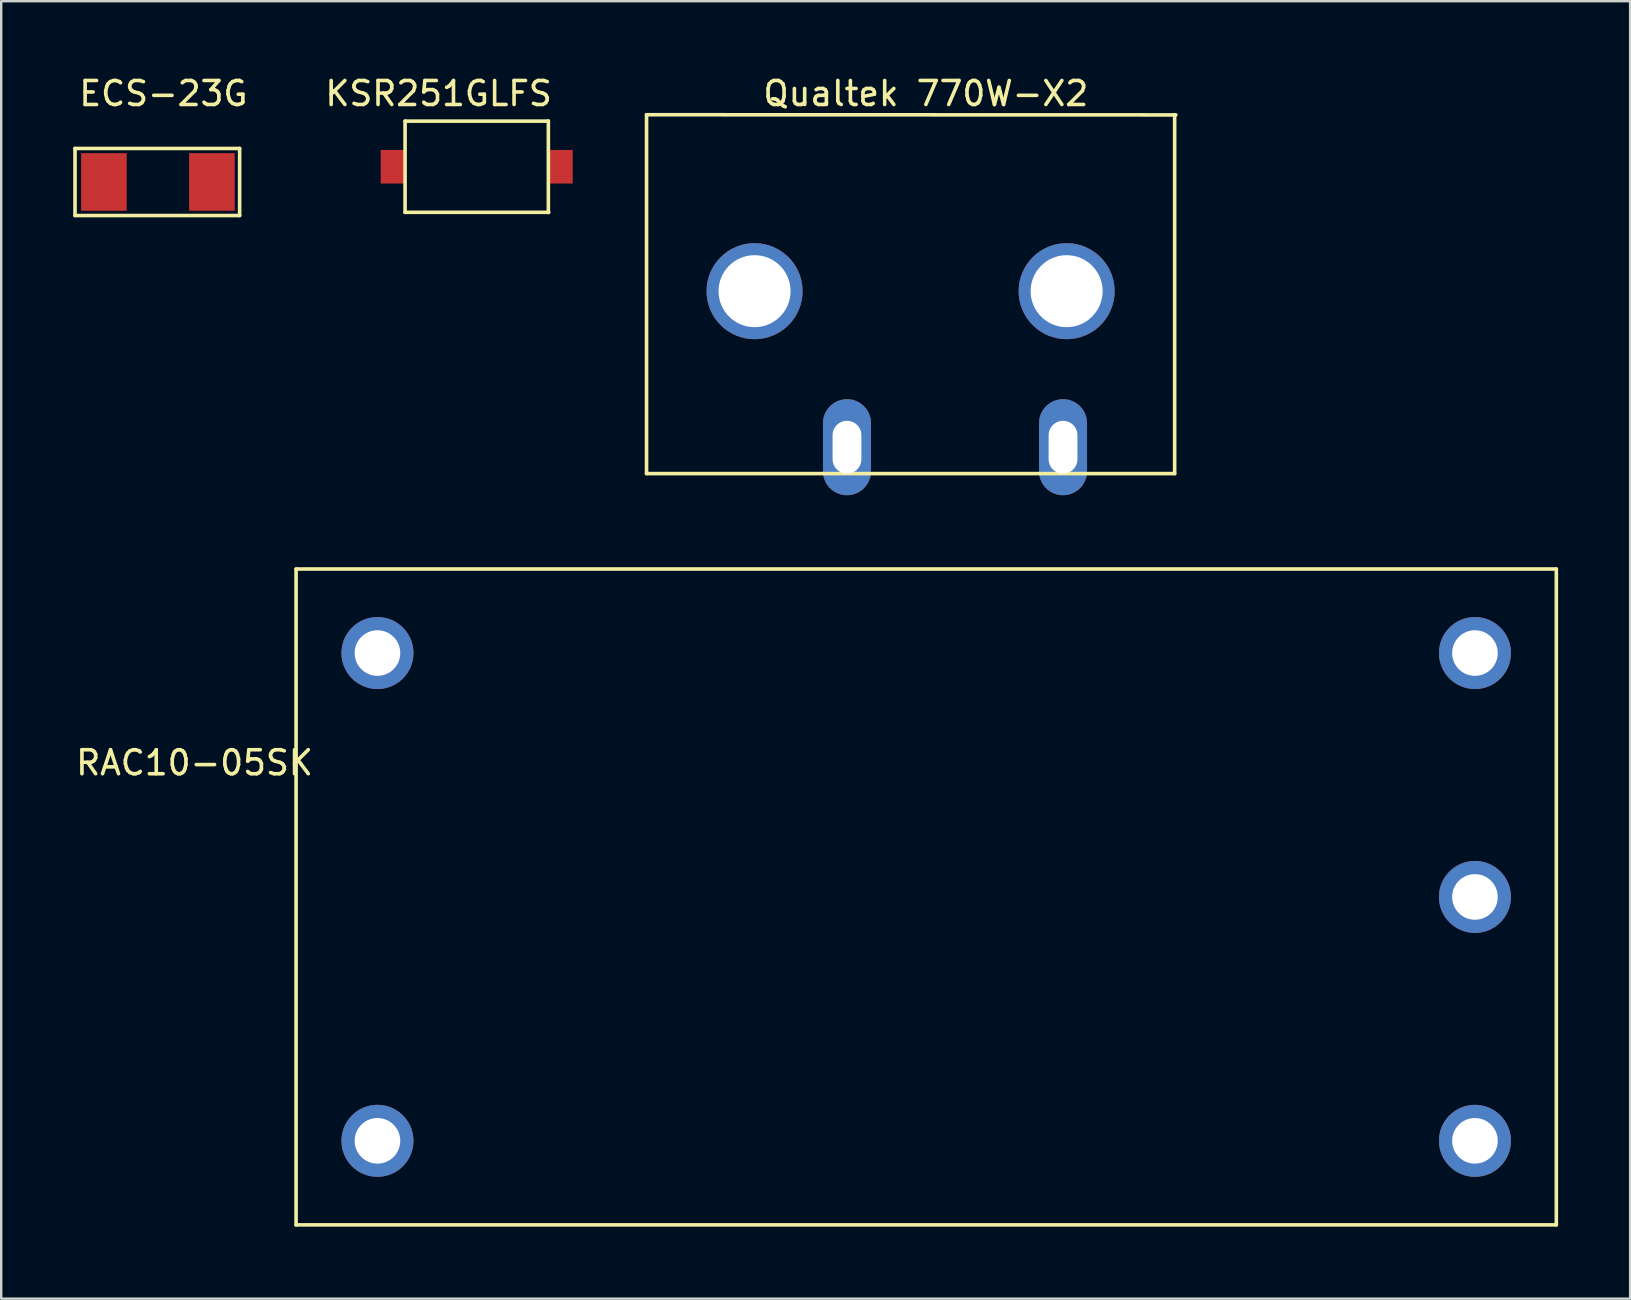
<source format=kicad_pcb>
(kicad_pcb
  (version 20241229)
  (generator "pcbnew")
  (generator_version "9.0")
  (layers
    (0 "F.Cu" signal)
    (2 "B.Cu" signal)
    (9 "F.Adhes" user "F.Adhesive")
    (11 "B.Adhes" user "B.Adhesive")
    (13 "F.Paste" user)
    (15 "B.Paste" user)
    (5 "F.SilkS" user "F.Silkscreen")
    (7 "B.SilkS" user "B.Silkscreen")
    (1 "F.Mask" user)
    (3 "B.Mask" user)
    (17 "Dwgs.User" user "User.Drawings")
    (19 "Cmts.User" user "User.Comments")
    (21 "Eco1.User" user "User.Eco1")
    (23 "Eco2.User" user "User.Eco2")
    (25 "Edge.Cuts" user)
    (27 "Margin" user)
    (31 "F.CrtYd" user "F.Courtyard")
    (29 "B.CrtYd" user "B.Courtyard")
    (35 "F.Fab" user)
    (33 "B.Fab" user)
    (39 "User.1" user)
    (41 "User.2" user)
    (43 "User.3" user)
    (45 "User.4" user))
  (footprint "ECS-23G"
    (layer "F.Cu")
    (at 0.329 4.404)
    (property "Reference" "ECS-23G" (at 3.429 -3.556 0) (layer "F.SilkS") (effects (font (size 1 1) (thickness 0.15))))
    (attr through_hole)
    (fp_line (start -0.254 -1.27) (end 6.604 -1.27) (stroke (width 0.15) (type solid)) (layer "F.SilkS"))
    (fp_line (start -0.254 1.524) (end -0.254 -1.27) (stroke (width 0.15) (type solid)) (layer "F.SilkS"))
    (fp_line (start 6.604 -1.27) (end 6.604 1.524) (stroke (width 0.15) (type solid)) (layer "F.SilkS"))
    (fp_line (start 6.604 1.524) (end -0.254 1.524) (stroke (width 0.15) (type solid)) (layer "F.SilkS"))
    (pad "1" smd rect (at 0.95 0.127) (size 1.9 2.4) (layers "F.Cu" "F.Mask" "F.Paste"))
    (pad "2" smd rect (at 5.45 0.127) (size 1.9 2.4) (layers "F.Cu" "F.Mask" "F.Paste")))
  (footprint "KSR251GLFS"
    (layer "F.Cu")
    (at 12.809 3.896)
    (property "Reference" "KSR251GLFS" (at 2.413 -3.048 0) (layer "F.SilkS") (effects (font (size 1 1) (thickness 0.15))))
    (attr through_hole)
    (fp_line (start 1.016 -1.9) (end 6.985 -1.9) (stroke (width 0.15) (type solid)) (layer "F.SilkS"))
    (fp_line (start 1.016 1.9) (end 1.016 -1.9) (stroke (width 0.15) (type solid)) (layer "F.SilkS"))
    (fp_line (start 6.985 -1.905) (end 6.985 1.905) (stroke (width 0.15) (type solid)) (layer "F.SilkS"))
    (fp_line (start 7.001 1.9) (end 1.016 1.9) (stroke (width 0.15) (type solid)) (layer "F.SilkS"))
    (pad "1" smd rect (at 0.5 0) (size 1 1.4) (layers "F.Cu" "F.Mask" "F.Paste"))
    (pad "2" smd rect (at 7.5 0) (size 1 1.4) (layers "F.Cu" "F.Mask" "F.Paste")))
  (footprint "Qualtek 770W-X2"
    (layer "F.Cu")
    (at 34.884 15.58)
    (property "Reference" "Qualtek 770W-X2" (at 0.635 -14.732 0) (layer "F.SilkS") (effects (font (size 1 1) (thickness 0.15))))
    (attr through_hole)
    (fp_line (start -11 -13.85) (end -11 1.1) (stroke (width 0.15) (type solid)) (layer "F.SilkS"))
    (fp_line (start -11 1.1) (end 11 1.1) (stroke (width 0.15) (type solid)) (layer "F.SilkS"))
    (fp_line (start 11 1.1) (end 11 -13.85) (stroke (width 0.15) (type solid)) (layer "F.SilkS"))
    (fp_line (start 11.049 -13.843) (end -11 -13.85) (stroke (width 0.15) (type solid)) (layer "F.SilkS"))
    (pad "" np_thru_hole circle (at -6.5 -6.5) (size 4 4) (drill 3) (layers "*.Cu" "*.Mask"))
    (pad "" np_thru_hole circle (at 6.5 -6.5) (size 4 4) (drill 3) (layers "*.Cu" "*.Mask"))
    (pad "1" thru_hole oval (at -2.65 0) (size 2 4) (drill oval 1.2 2.2) (layers "*.Cu" "*.Mask"))
    (pad "2" thru_hole oval (at 6.35 0) (size 2 4) (drill oval 1.2 2.2) (layers "*.Cu" "*.Mask")))
  (footprint "RAC10-05SK"
    (layer "F.Cu")
    (at 12.674 44.475)
    (property "Reference" "RAC10-05SK" (at -7.62 -15.748 0) (layer "F.SilkS") (effects (font (size 1 1) (thickness 0.15))))
    (attr through_hole)
    (fp_line (start -3.39 -23.82) (end -3.39 3.5) (stroke (width 0.15) (type solid)) (layer "F.SilkS"))
    (fp_line (start -3.39 3.5) (end 49.11 3.5) (stroke (width 0.15) (type solid)) (layer "F.SilkS"))
    (fp_line (start 49.11 -23.82) (end -3.39 -23.82) (stroke (width 0.15) (type solid)) (layer "F.SilkS"))
    (fp_line (start 49.11 3.5) (end 49.11 -23.82) (stroke (width 0.15) (type solid)) (layer "F.SilkS"))
    (pad "1" thru_hole circle (at 0 0) (size 3 3) (drill 1.9) (layers "*.Cu" "*.Mask"))
    (pad "2" thru_hole circle (at 0 -20.32) (size 3 3) (drill 1.9) (layers "*.Cu" "*.Mask"))
    (pad "3" thru_hole circle (at 45.72 -20.32) (size 3 3) (drill 1.9) (layers "*.Cu" "*.Mask"))
    (pad "4" thru_hole circle (at 45.72 -10.16) (size 3 3) (drill 1.9) (layers "*.Cu" "*.Mask"))
    (pad "5" thru_hole circle (at 45.72 0) (size 3 3) (drill 1.9) (layers "*.Cu" "*.Mask")))
  (gr_rect
    (start -3 -3)
    (end 64.859 51.05)
    (stroke (width 0.1) (type default))
    (fill no)
    (layer "Edge.Cuts")))
</source>
